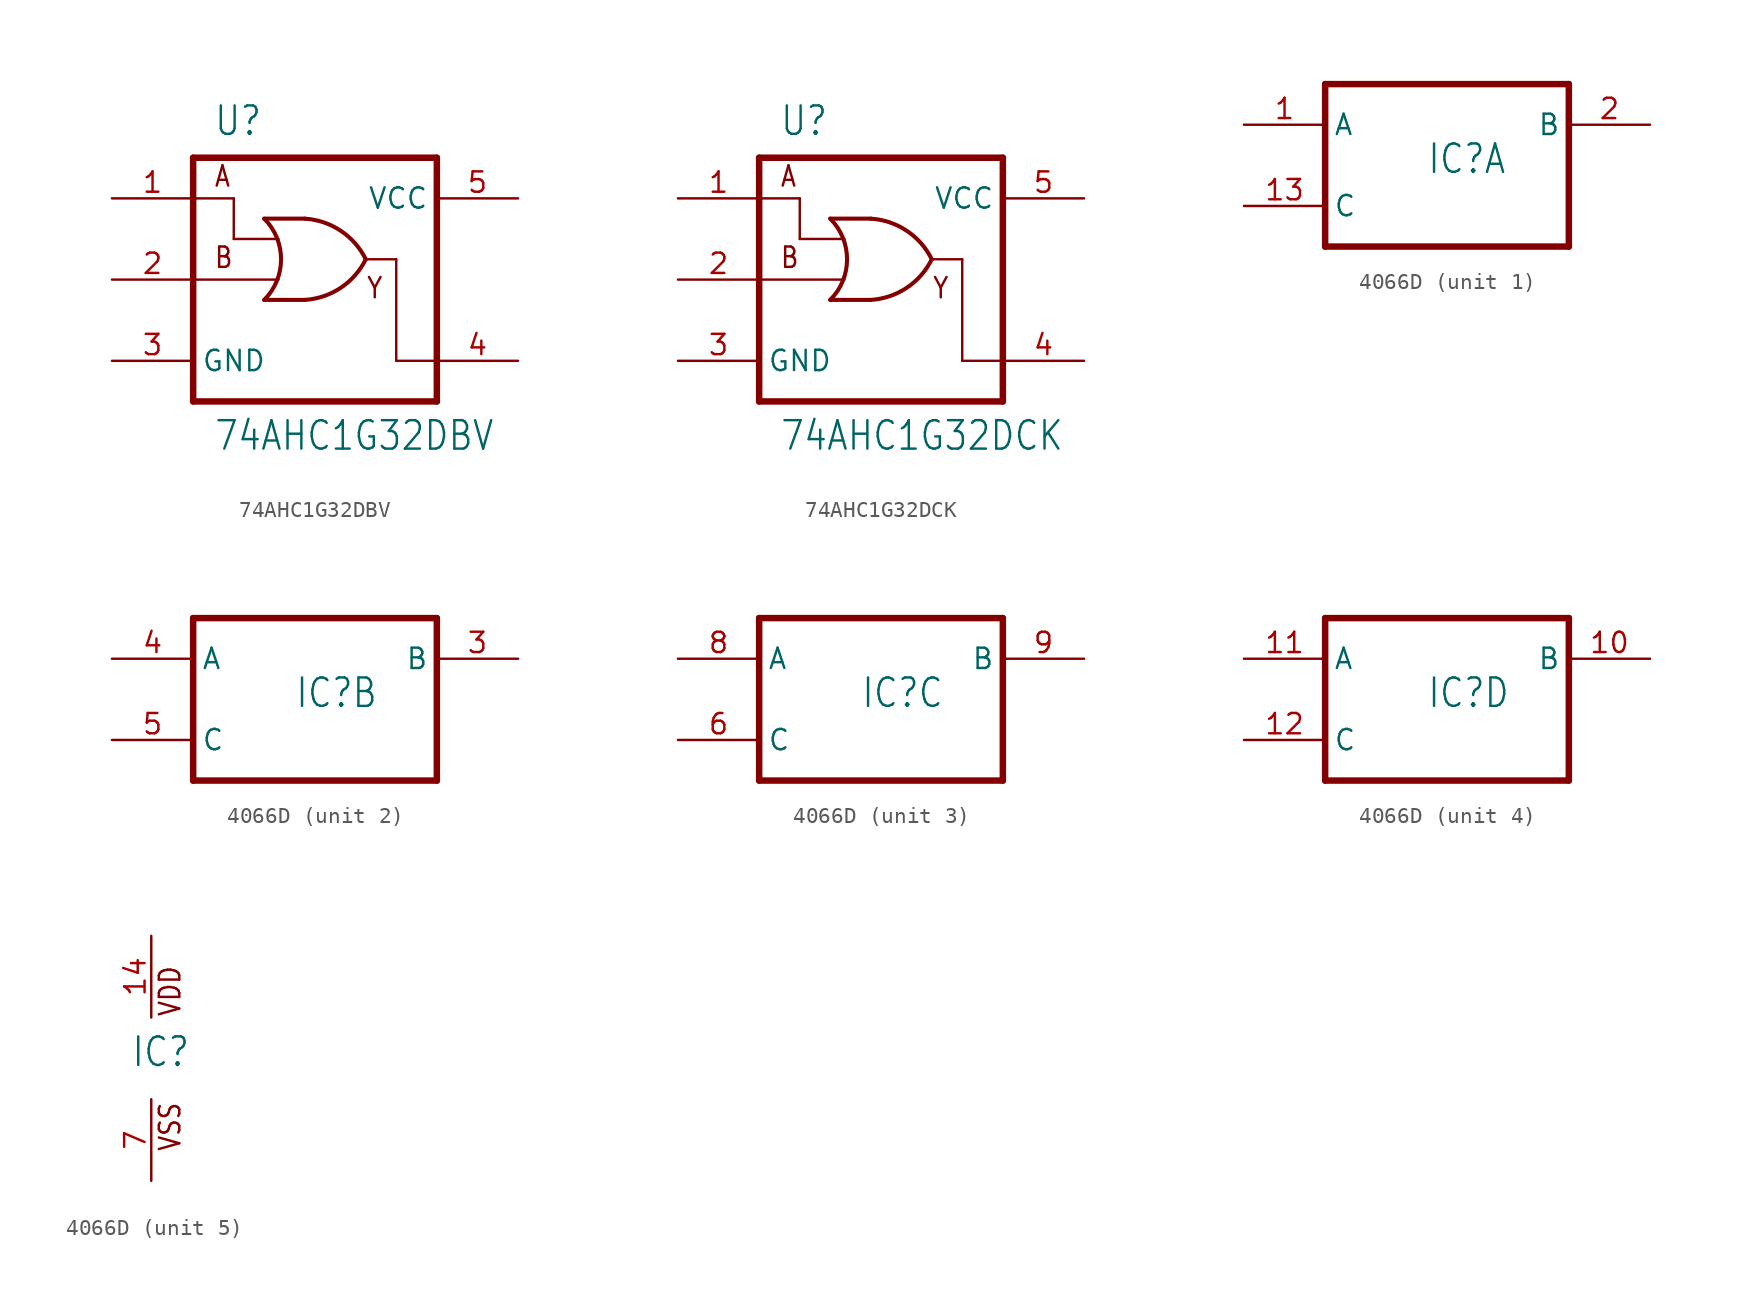
<source format=kicad_sym>
(kicad_symbol_lib
  (version 20211014)
  (generator kicad_symbol_editor)
  (symbol "74AHC1G32DBV"
    (property "Reference" "U"
      (at -6.35 8.89 0)
      (effects (font (size 1.778 1.511)) (justify left bottom)))
    (property "Value" "74AHC1G32DBV"
      (at -6.35 -10.795 0)
      (effects (font (size 1.778 1.511)) (justify left bottom)))
    (property "ki_locked" ""
      (at 0 0 0)
      (effects (font (size 1.27 1.27))))
    (symbol "74AHC1G32DBV_1_0"
      (arc (start -3.175 -1.27) (mid -2.1229 1.27) (end -3.175 3.81) (stroke (width 0.254) (type default) (color 0 0 0 0)) (fill (type none)))
      (arc (start -0.635 -1.27) (mid 1.6112 -0.5118) (end 3.175 1.27) (stroke (width 0.254) (type default) (color 0 0 0 0)) (fill (type none)))
      (polyline (pts (xy -7.62 -7.62) (xy 7.62 -7.62)) (stroke (width 0.406) (type default) (color 0 0 0 0)) (fill (type none)))
      (polyline (pts (xy -7.62 0) (xy -7.62 -7.62)) (stroke (width 0.406) (type default) (color 0 0 0 0)) (fill (type none)))
      (polyline (pts (xy -7.62 0) (xy -2.286 0)) (stroke (width 0.152) (type default) (color 0 0 0 0)) (fill (type none)))
      (polyline (pts (xy -7.62 5.08) (xy -7.62 0)) (stroke (width 0.406) (type default) (color 0 0 0 0)) (fill (type none)))
      (polyline (pts (xy -7.62 5.08) (xy -5.08 5.08)) (stroke (width 0.152) (type default) (color 0 0 0 0)) (fill (type none)))
      (polyline (pts (xy -7.62 7.62) (xy -7.62 5.08)) (stroke (width 0.406) (type default) (color 0 0 0 0)) (fill (type none)))
      (polyline (pts (xy -5.08 2.54) (xy -2.286 2.54)) (stroke (width 0.152) (type default) (color 0 0 0 0)) (fill (type none)))
      (polyline (pts (xy -5.08 5.08) (xy -5.08 2.54)) (stroke (width 0.152) (type default) (color 0 0 0 0)) (fill (type none)))
      (polyline (pts (xy -0.635 -1.27) (xy -3.175 -1.27)) (stroke (width 0.254) (type default) (color 0 0 0 0)) (fill (type none)))
      (polyline (pts (xy -0.635 3.81) (xy -3.175 3.81)) (stroke (width 0.254) (type default) (color 0 0 0 0)) (fill (type none)))
      (polyline (pts (xy 3.175 1.27) (xy 5.08 1.27)) (stroke (width 0.152) (type default) (color 0 0 0 0)) (fill (type none)))
      (polyline (pts (xy 5.08 -5.08) (xy 7.62 -5.08)) (stroke (width 0.152) (type default) (color 0 0 0 0)) (fill (type none)))
      (polyline (pts (xy 5.08 1.27) (xy 5.08 -5.08)) (stroke (width 0.152) (type default) (color 0 0 0 0)) (fill (type none)))
      (polyline (pts (xy 7.62 -7.62) (xy 7.62 -5.08)) (stroke (width 0.406) (type default) (color 0 0 0 0)) (fill (type none)))
      (polyline (pts (xy 7.62 -5.08) (xy 7.62 7.62)) (stroke (width 0.406) (type default) (color 0 0 0 0)) (fill (type none)))
      (polyline (pts (xy 7.62 7.62) (xy -7.62 7.62)) (stroke (width 0.406) (type default) (color 0 0 0 0)) (fill (type none)))
      (arc (start 3.175 1.27) (mid 1.6112 3.0518) (end -0.635 3.81) (stroke (width 0.254) (type default) (color 0 0 0 0)) (fill (type none)))
      (text "A" (at -6.35 5.715 0) (effects (font (size 1.27 1.079)) (justify left bottom)))
      (text "B" (at -6.35 0.635 0) (effects (font (size 1.27 1.079)) (justify left bottom)))
      (text "Y" (at 3.175 -1.27 0) (effects (font (size 1.27 1.079)) (justify left bottom)))
      (pin input line (at -12.7 5.08 0) (length 5.08) (name "A" (effects (font (size 0 0)))) (number "1" (effects (font (size 1.27 1.27)))))
      (pin input line (at -12.7 0 0) (length 5.08) (name "B" (effects (font (size 0 0)))) (number "2" (effects (font (size 1.27 1.27)))))
      (pin power_in line (at -12.7 -5.08 0) (length 5.08) (name "GND" (effects (font (size 1.27 1.27)))) (number "3" (effects (font (size 1.27 1.27)))))
      (pin output line (at 12.7 -5.08 180) (length 5.08) (name "Y" (effects (font (size 0 0)))) (number "4" (effects (font (size 1.27 1.27)))))
      (pin power_in line (at 12.7 5.08 180) (length 5.08) (name "VCC" (effects (font (size 1.27 1.27)))) (number "5" (effects (font (size 1.27 1.27)))))))
  (symbol "74AHC1G32DCK"
    (property "Reference" "U"
      (at -6.35 8.89 0)
      (effects (font (size 1.778 1.511)) (justify left bottom)))
    (property "Value" "74AHC1G32DCK"
      (at -6.35 -10.795 0)
      (effects (font (size 1.778 1.511)) (justify left bottom)))
    (property "ki_locked" ""
      (at 0 0 0)
      (effects (font (size 1.27 1.27))))
    (symbol "74AHC1G32DCK_1_0"
      (arc (start -3.175 -1.27) (mid -2.1229 1.27) (end -3.175 3.81) (stroke (width 0.254) (type default) (color 0 0 0 0)) (fill (type none)))
      (arc (start -0.635 -1.27) (mid 1.6112 -0.5118) (end 3.175 1.27) (stroke (width 0.254) (type default) (color 0 0 0 0)) (fill (type none)))
      (polyline (pts (xy -7.62 -7.62) (xy 7.62 -7.62)) (stroke (width 0.406) (type default) (color 0 0 0 0)) (fill (type none)))
      (polyline (pts (xy -7.62 0) (xy -7.62 -7.62)) (stroke (width 0.406) (type default) (color 0 0 0 0)) (fill (type none)))
      (polyline (pts (xy -7.62 0) (xy -2.286 0)) (stroke (width 0.152) (type default) (color 0 0 0 0)) (fill (type none)))
      (polyline (pts (xy -7.62 5.08) (xy -7.62 0)) (stroke (width 0.406) (type default) (color 0 0 0 0)) (fill (type none)))
      (polyline (pts (xy -7.62 5.08) (xy -5.08 5.08)) (stroke (width 0.152) (type default) (color 0 0 0 0)) (fill (type none)))
      (polyline (pts (xy -7.62 7.62) (xy -7.62 5.08)) (stroke (width 0.406) (type default) (color 0 0 0 0)) (fill (type none)))
      (polyline (pts (xy -5.08 2.54) (xy -2.286 2.54)) (stroke (width 0.152) (type default) (color 0 0 0 0)) (fill (type none)))
      (polyline (pts (xy -5.08 5.08) (xy -5.08 2.54)) (stroke (width 0.152) (type default) (color 0 0 0 0)) (fill (type none)))
      (polyline (pts (xy -0.635 -1.27) (xy -3.175 -1.27)) (stroke (width 0.254) (type default) (color 0 0 0 0)) (fill (type none)))
      (polyline (pts (xy -0.635 3.81) (xy -3.175 3.81)) (stroke (width 0.254) (type default) (color 0 0 0 0)) (fill (type none)))
      (polyline (pts (xy 3.175 1.27) (xy 5.08 1.27)) (stroke (width 0.152) (type default) (color 0 0 0 0)) (fill (type none)))
      (polyline (pts (xy 5.08 -5.08) (xy 7.62 -5.08)) (stroke (width 0.152) (type default) (color 0 0 0 0)) (fill (type none)))
      (polyline (pts (xy 5.08 1.27) (xy 5.08 -5.08)) (stroke (width 0.152) (type default) (color 0 0 0 0)) (fill (type none)))
      (polyline (pts (xy 7.62 -7.62) (xy 7.62 -5.08)) (stroke (width 0.406) (type default) (color 0 0 0 0)) (fill (type none)))
      (polyline (pts (xy 7.62 -5.08) (xy 7.62 7.62)) (stroke (width 0.406) (type default) (color 0 0 0 0)) (fill (type none)))
      (polyline (pts (xy 7.62 7.62) (xy -7.62 7.62)) (stroke (width 0.406) (type default) (color 0 0 0 0)) (fill (type none)))
      (arc (start 3.175 1.27) (mid 1.6112 3.0518) (end -0.635 3.81) (stroke (width 0.254) (type default) (color 0 0 0 0)) (fill (type none)))
      (text "A" (at -6.35 5.715 0) (effects (font (size 1.27 1.079)) (justify left bottom)))
      (text "B" (at -6.35 0.635 0) (effects (font (size 1.27 1.079)) (justify left bottom)))
      (text "Y" (at 3.175 -1.27 0) (effects (font (size 1.27 1.079)) (justify left bottom)))
      (pin input line (at -12.7 5.08 0) (length 5.08) (name "A" (effects (font (size 0 0)))) (number "1" (effects (font (size 1.27 1.27)))))
      (pin input line (at -12.7 0 0) (length 5.08) (name "B" (effects (font (size 0 0)))) (number "2" (effects (font (size 1.27 1.27)))))
      (pin power_in line (at -12.7 -5.08 0) (length 5.08) (name "GND" (effects (font (size 1.27 1.27)))) (number "3" (effects (font (size 1.27 1.27)))))
      (pin output line (at 12.7 -5.08 180) (length 5.08) (name "Y" (effects (font (size 0 0)))) (number "4" (effects (font (size 1.27 1.27)))))
      (pin power_in line (at 12.7 5.08 180) (length 5.08) (name "VCC" (effects (font (size 1.27 1.27)))) (number "5" (effects (font (size 1.27 1.27)))))))
  (symbol "4066D"
    (property "Reference" "IC"
      (at -1.27 -0.635 0)
      (effects (font (size 1.778 1.511)) (justify left bottom)))
    (property "ki_locked" ""
      (at 0 0 0)
      (effects (font (size 1.27 1.27))))
    (symbol "4066D_1_0"
      (polyline (pts (xy -7.62 -5.08) (xy 7.62 -5.08)) (stroke (width 0.406) (type default) (color 0 0 0 0)) (fill (type none)))
      (polyline (pts (xy -7.62 5.08) (xy -7.62 -5.08)) (stroke (width 0.406) (type default) (color 0 0 0 0)) (fill (type none)))
      (polyline (pts (xy 7.62 -5.08) (xy 7.62 5.08)) (stroke (width 0.406) (type default) (color 0 0 0 0)) (fill (type none)))
      (polyline (pts (xy 7.62 5.08) (xy -7.62 5.08)) (stroke (width 0.406) (type default) (color 0 0 0 0)) (fill (type none)))
      (pin tri_state line (at -12.7 2.54 0) (length 5.08) (name "A" (effects (font (size 1.27 1.27)))) (number "1" (effects (font (size 1.27 1.27)))))
      (pin input line (at -12.7 -2.54 0) (length 5.08) (name "C" (effects (font (size 1.27 1.27)))) (number "13" (effects (font (size 1.27 1.27)))))
      (pin tri_state line (at 12.7 2.54 180) (length 5.08) (name "B" (effects (font (size 1.27 1.27)))) (number "2" (effects (font (size 1.27 1.27))))))
    (symbol "4066D_2_0"
      (polyline (pts (xy -7.62 -5.08) (xy 7.62 -5.08)) (stroke (width 0.406) (type default) (color 0 0 0 0)) (fill (type none)))
      (polyline (pts (xy -7.62 5.08) (xy -7.62 -5.08)) (stroke (width 0.406) (type default) (color 0 0 0 0)) (fill (type none)))
      (polyline (pts (xy 7.62 -5.08) (xy 7.62 5.08)) (stroke (width 0.406) (type default) (color 0 0 0 0)) (fill (type none)))
      (polyline (pts (xy 7.62 5.08) (xy -7.62 5.08)) (stroke (width 0.406) (type default) (color 0 0 0 0)) (fill (type none)))
      (pin tri_state line (at 12.7 2.54 180) (length 5.08) (name "B" (effects (font (size 1.27 1.27)))) (number "3" (effects (font (size 1.27 1.27)))))
      (pin tri_state line (at -12.7 2.54 0) (length 5.08) (name "A" (effects (font (size 1.27 1.27)))) (number "4" (effects (font (size 1.27 1.27)))))
      (pin input line (at -12.7 -2.54 0) (length 5.08) (name "C" (effects (font (size 1.27 1.27)))) (number "5" (effects (font (size 1.27 1.27))))))
    (symbol "4066D_3_0"
      (polyline (pts (xy -7.62 -5.08) (xy 7.62 -5.08)) (stroke (width 0.406) (type default) (color 0 0 0 0)) (fill (type none)))
      (polyline (pts (xy -7.62 5.08) (xy -7.62 -5.08)) (stroke (width 0.406) (type default) (color 0 0 0 0)) (fill (type none)))
      (polyline (pts (xy 7.62 -5.08) (xy 7.62 5.08)) (stroke (width 0.406) (type default) (color 0 0 0 0)) (fill (type none)))
      (polyline (pts (xy 7.62 5.08) (xy -7.62 5.08)) (stroke (width 0.406) (type default) (color 0 0 0 0)) (fill (type none)))
      (pin input line (at -12.7 -2.54 0) (length 5.08) (name "C" (effects (font (size 1.27 1.27)))) (number "6" (effects (font (size 1.27 1.27)))))
      (pin tri_state line (at -12.7 2.54 0) (length 5.08) (name "A" (effects (font (size 1.27 1.27)))) (number "8" (effects (font (size 1.27 1.27)))))
      (pin tri_state line (at 12.7 2.54 180) (length 5.08) (name "B" (effects (font (size 1.27 1.27)))) (number "9" (effects (font (size 1.27 1.27))))))
    (symbol "4066D_4_0"
      (polyline (pts (xy -7.62 -5.08) (xy 7.62 -5.08)) (stroke (width 0.406) (type default) (color 0 0 0 0)) (fill (type none)))
      (polyline (pts (xy -7.62 5.08) (xy -7.62 -5.08)) (stroke (width 0.406) (type default) (color 0 0 0 0)) (fill (type none)))
      (polyline (pts (xy 7.62 -5.08) (xy 7.62 5.08)) (stroke (width 0.406) (type default) (color 0 0 0 0)) (fill (type none)))
      (polyline (pts (xy 7.62 5.08) (xy -7.62 5.08)) (stroke (width 0.406) (type default) (color 0 0 0 0)) (fill (type none)))
      (pin tri_state line (at 12.7 2.54 180) (length 5.08) (name "B" (effects (font (size 1.27 1.27)))) (number "10" (effects (font (size 1.27 1.27)))))
      (pin tri_state line (at -12.7 2.54 0) (length 5.08) (name "A" (effects (font (size 1.27 1.27)))) (number "11" (effects (font (size 1.27 1.27)))))
      (pin input line (at -12.7 -2.54 0) (length 5.08) (name "C" (effects (font (size 1.27 1.27)))) (number "12" (effects (font (size 1.27 1.27))))))
    (symbol "4066D_5_0"
      (text "VDD" (at 1.905 2.54 900) (effects (font (size 1.27 1.079)) (justify left bottom)))
      (text "VSS" (at 1.905 -5.842 900) (effects (font (size 1.27 1.079)) (justify left bottom)))
      (pin power_in line (at 0 7.62 270) (length 5.08) (name "VDD" (effects (font (size 0 0)))) (number "14" (effects (font (size 1.27 1.27)))))
      (pin power_in line (at 0 -7.62 90) (length 5.08) (name "VSS" (effects (font (size 0 0)))) (number "7" (effects (font (size 1.27 1.27))))))))
</source>
